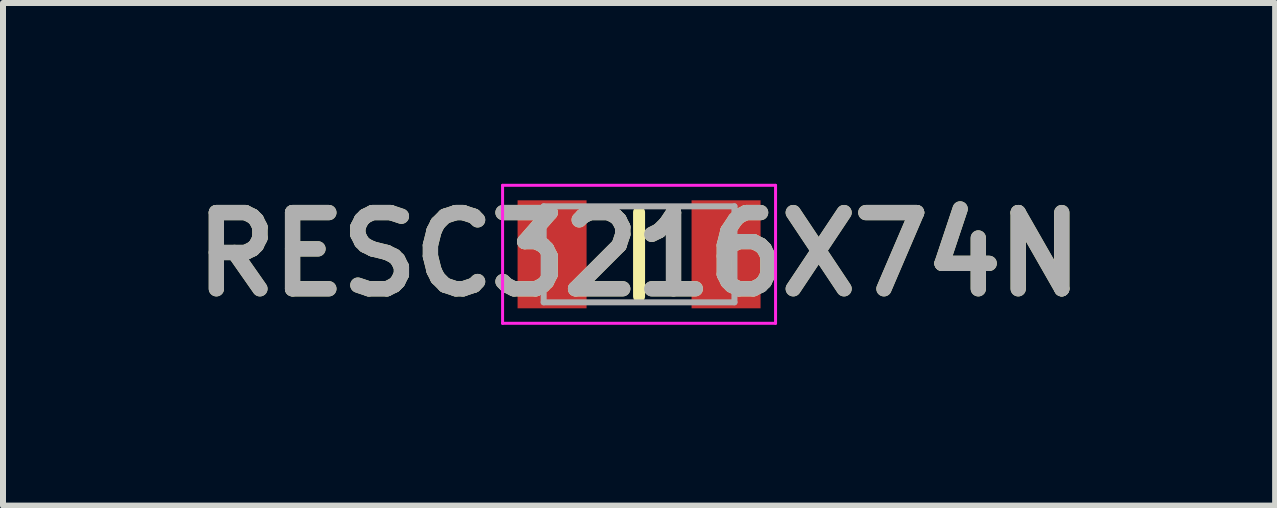
<source format=kicad_pcb>
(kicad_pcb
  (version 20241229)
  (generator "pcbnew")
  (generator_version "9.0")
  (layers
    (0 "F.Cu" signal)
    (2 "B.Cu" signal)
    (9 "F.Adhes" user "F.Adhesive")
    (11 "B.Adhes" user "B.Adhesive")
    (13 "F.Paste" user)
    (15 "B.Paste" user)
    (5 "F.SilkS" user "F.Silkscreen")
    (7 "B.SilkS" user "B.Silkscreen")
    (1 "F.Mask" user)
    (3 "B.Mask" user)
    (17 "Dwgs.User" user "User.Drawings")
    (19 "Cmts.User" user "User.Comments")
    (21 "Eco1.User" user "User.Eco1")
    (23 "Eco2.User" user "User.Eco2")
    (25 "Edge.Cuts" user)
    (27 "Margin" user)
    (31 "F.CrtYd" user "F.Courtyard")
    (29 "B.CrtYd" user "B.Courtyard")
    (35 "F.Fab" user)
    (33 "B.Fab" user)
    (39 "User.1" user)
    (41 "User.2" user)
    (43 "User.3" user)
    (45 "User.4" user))
  (footprint "RESC3216X74N"
    (layer "F.Cu")
    (at 7.602 1.189)
    (property "Reference" "RESC3216X74N" (at 0 0 0) (layer "F.SilkS") (effects (font (size 1.27 1.27) (thickness 0.254))))
    (attr smd)
    (fp_line (start 0 -0.7) (end 0 0.7) (stroke (width 0.2) (type solid)) (layer "F.SilkS"))
    (fp_line (start -2.275 -1.15) (end 2.275 -1.15) (stroke (width 0.05) (type solid)) (layer "F.CrtYd"))
    (fp_line (start -2.275 1.15) (end -2.275 -1.15) (stroke (width 0.05) (type solid)) (layer "F.CrtYd"))
    (fp_line (start 2.275 -1.15) (end 2.275 1.15) (stroke (width 0.05) (type solid)) (layer "F.CrtYd"))
    (fp_line (start 2.275 1.15) (end -2.275 1.15) (stroke (width 0.05) (type solid)) (layer "F.CrtYd"))
    (fp_line (start -1.59 -0.8) (end 1.59 -0.8) (stroke (width 0.1) (type solid)) (layer "F.Fab"))
    (fp_line (start -1.59 0.8) (end -1.59 -0.8) (stroke (width 0.1) (type solid)) (layer "F.Fab"))
    (fp_line (start 1.59 -0.8) (end 1.59 0.8) (stroke (width 0.1) (type solid)) (layer "F.Fab"))
    (fp_line (start 1.59 0.8) (end -1.59 0.8) (stroke (width 0.1) (type solid)) (layer "F.Fab"))
    (fp_text user "${REFERENCE}" (at 0 0 0) (layer "F.Fab") (effects (font (size 1.27 1.27) (thickness 0.254))))
    (pad "1" smd rect (at -1.45 0) (size 1.15 1.8) (layers "F.Cu" "F.Mask" "F.Paste"))
    (pad "2" smd rect (at 1.45 0) (size 1.15 1.8) (layers "F.Cu" "F.Mask" "F.Paste")))
  (gr_rect
    (start -3 -3)
    (end 18.204 5.377)
    (stroke (width 0.1) (type default))
    (fill no)
    (layer "Edge.Cuts")))
</source>
